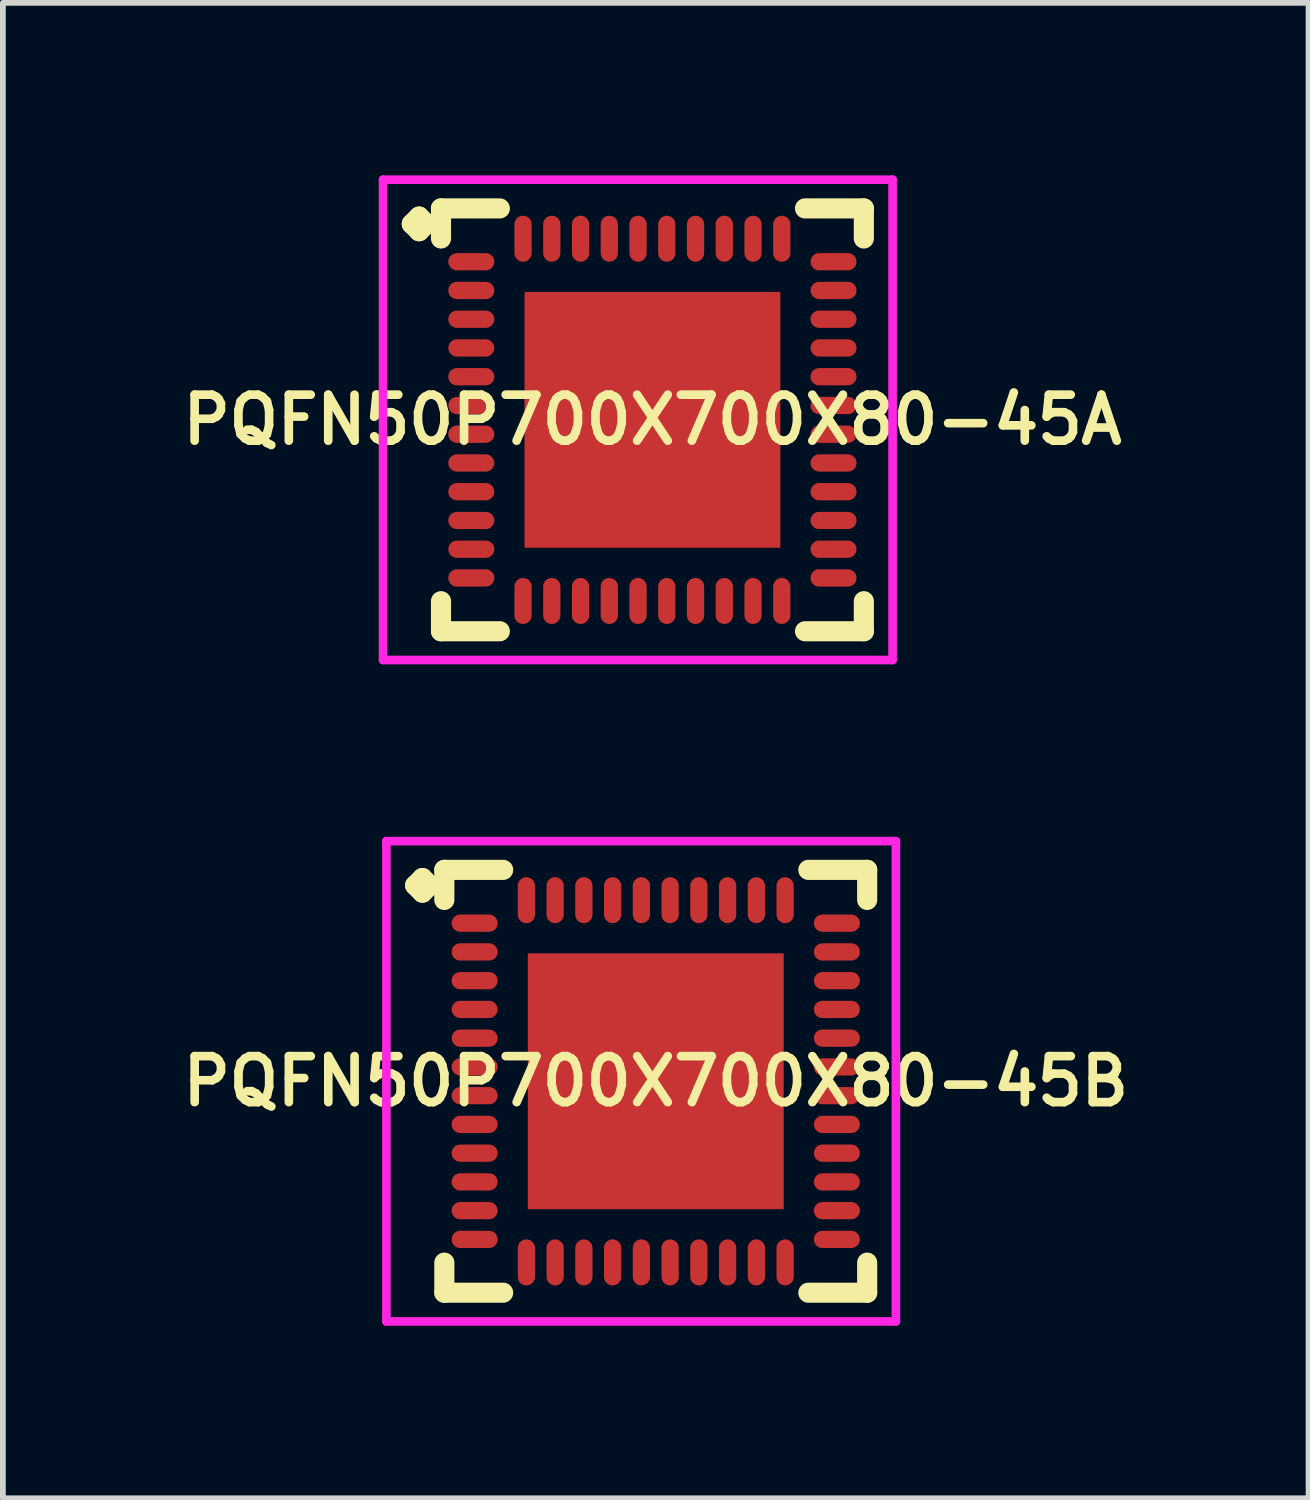
<source format=kicad_pcb>
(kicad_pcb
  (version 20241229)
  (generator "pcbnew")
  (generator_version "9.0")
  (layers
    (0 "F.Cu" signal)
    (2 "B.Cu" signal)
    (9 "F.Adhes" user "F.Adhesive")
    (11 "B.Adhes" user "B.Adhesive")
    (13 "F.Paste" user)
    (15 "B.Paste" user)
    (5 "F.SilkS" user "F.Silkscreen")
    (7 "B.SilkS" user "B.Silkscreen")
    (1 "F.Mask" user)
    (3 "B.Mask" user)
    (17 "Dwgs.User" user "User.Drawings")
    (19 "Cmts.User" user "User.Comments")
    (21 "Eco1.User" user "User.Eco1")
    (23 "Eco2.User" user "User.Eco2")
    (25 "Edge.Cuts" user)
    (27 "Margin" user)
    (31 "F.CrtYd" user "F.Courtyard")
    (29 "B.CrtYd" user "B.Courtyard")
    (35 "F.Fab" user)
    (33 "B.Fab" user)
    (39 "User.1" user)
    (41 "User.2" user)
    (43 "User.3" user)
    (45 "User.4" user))
  (footprint "PQFN50P700X700X80-45A"
    (layer "F.Cu")
    (at 8.297 4.252)
    (property "Reference" "PQFN50P700X700X80-45A" (at 0 0 0) (layer "F.SilkS") (effects (font (size 0.8 0.8) (thickness 0.15))))
    (attr smd)
    (fp_line (start -4.185 -3.408) (end -4.058 -3.535) (stroke (width 0.35) (type solid)) (layer "F.SilkS"))
    (fp_line (start -4.058 -3.535) (end -3.931 -3.408) (stroke (width 0.35) (type solid)) (layer "F.SilkS"))
    (fp_line (start -4.058 -3.281) (end -4.185 -3.408) (stroke (width 0.35) (type solid)) (layer "F.SilkS"))
    (fp_line (start -3.931 -3.408) (end -4.058 -3.281) (stroke (width 0.35) (type solid)) (layer "F.SilkS"))
    (fp_line (start -3.677 -3.677) (end -2.654 -3.677) (stroke (width 0.35) (type solid)) (layer "F.SilkS"))
    (fp_line (start -3.677 -3.154) (end -3.677 -3.677) (stroke (width 0.35) (type solid)) (layer "F.SilkS"))
    (fp_line (start -3.677 3.154) (end -3.677 3.677) (stroke (width 0.35) (type solid)) (layer "F.SilkS"))
    (fp_line (start -3.677 3.677) (end -2.654 3.677) (stroke (width 0.35) (type solid)) (layer "F.SilkS"))
    (fp_line (start 2.654 -3.677) (end 3.677 -3.677) (stroke (width 0.35) (type solid)) (layer "F.SilkS"))
    (fp_line (start 2.654 3.677) (end 3.677 3.677) (stroke (width 0.35) (type solid)) (layer "F.SilkS"))
    (fp_line (start 3.677 -3.677) (end 3.677 -3.154) (stroke (width 0.35) (type solid)) (layer "F.SilkS"))
    (fp_line (start 3.677 3.677) (end 3.677 3.154) (stroke (width 0.35) (type solid)) (layer "F.SilkS"))
    (fp_line (start -4.685 -4.177) (end 4.177 -4.177) (stroke (width 0.15) (type solid)) (layer "F.CrtYd"))
    (fp_line (start -4.685 4.177) (end -4.685 -4.177) (stroke (width 0.15) (type solid)) (layer "F.CrtYd"))
    (fp_line (start 4.177 -4.177) (end 4.177 4.177) (stroke (width 0.15) (type solid)) (layer "F.CrtYd"))
    (fp_line (start 4.177 4.177) (end -4.685 4.177) (stroke (width 0.15) (type solid)) (layer "F.CrtYd"))
    (pad "1" smd oval (at -3.15 -2.75) (size 0.8 0.3) (layers "F.Cu" "F.Mask" "F.Paste"))
    (pad "2" smd oval (at -3.15 -2.25) (size 0.8 0.3) (layers "F.Cu" "F.Mask" "F.Paste"))
    (pad "3" smd oval (at -3.15 -1.75) (size 0.8 0.3) (layers "F.Cu" "F.Mask" "F.Paste"))
    (pad "4" smd oval (at -3.15 -1.25) (size 0.8 0.3) (layers "F.Cu" "F.Mask" "F.Paste"))
    (pad "5" smd oval (at -3.15 -0.75) (size 0.8 0.3) (layers "F.Cu" "F.Mask" "F.Paste"))
    (pad "6" smd oval (at -3.15 -0.25) (size 0.8 0.3) (layers "F.Cu" "F.Mask" "F.Paste"))
    (pad "7" smd oval (at -3.15 0.25) (size 0.8 0.3) (layers "F.Cu" "F.Mask" "F.Paste"))
    (pad "8" smd oval (at -3.15 0.75) (size 0.8 0.3) (layers "F.Cu" "F.Mask" "F.Paste"))
    (pad "9" smd oval (at -3.15 1.25) (size 0.8 0.3) (layers "F.Cu" "F.Mask" "F.Paste"))
    (pad "10" smd oval (at -3.15 1.75) (size 0.8 0.3) (layers "F.Cu" "F.Mask" "F.Paste"))
    (pad "11" smd oval (at -3.15 2.25) (size 0.8 0.3) (layers "F.Cu" "F.Mask" "F.Paste"))
    (pad "12" smd oval (at -3.15 2.75) (size 0.8 0.3) (layers "F.Cu" "F.Mask" "F.Paste"))
    (pad "13" smd oval (at -2.25 3.15) (size 0.3 0.8) (layers "F.Cu" "F.Mask" "F.Paste"))
    (pad "14" smd oval (at -1.75 3.15) (size 0.3 0.8) (layers "F.Cu" "F.Mask" "F.Paste"))
    (pad "15" smd oval (at -1.25 3.15) (size 0.3 0.8) (layers "F.Cu" "F.Mask" "F.Paste"))
    (pad "16" smd oval (at -0.75 3.15) (size 0.3 0.8) (layers "F.Cu" "F.Mask" "F.Paste"))
    (pad "17" smd oval (at -0.25 3.15) (size 0.3 0.8) (layers "F.Cu" "F.Mask" "F.Paste"))
    (pad "18" smd oval (at 0.25 3.15) (size 0.3 0.8) (layers "F.Cu" "F.Mask" "F.Paste"))
    (pad "19" smd oval (at 0.75 3.15) (size 0.3 0.8) (layers "F.Cu" "F.Mask" "F.Paste"))
    (pad "20" smd oval (at 1.25 3.15) (size 0.3 0.8) (layers "F.Cu" "F.Mask" "F.Paste"))
    (pad "21" smd oval (at 1.75 3.15) (size 0.3 0.8) (layers "F.Cu" "F.Mask" "F.Paste"))
    (pad "22" smd oval (at 2.25 3.15) (size 0.3 0.8) (layers "F.Cu" "F.Mask" "F.Paste"))
    (pad "23" smd oval (at 3.15 2.75) (size 0.8 0.3) (layers "F.Cu" "F.Mask" "F.Paste"))
    (pad "24" smd oval (at 3.15 2.25) (size 0.8 0.3) (layers "F.Cu" "F.Mask" "F.Paste"))
    (pad "25" smd oval (at 3.15 1.75) (size 0.8 0.3) (layers "F.Cu" "F.Mask" "F.Paste"))
    (pad "26" smd oval (at 3.15 1.25) (size 0.8 0.3) (layers "F.Cu" "F.Mask" "F.Paste"))
    (pad "27" smd oval (at 3.15 0.75) (size 0.8 0.3) (layers "F.Cu" "F.Mask" "F.Paste"))
    (pad "28" smd oval (at 3.15 0.25) (size 0.8 0.3) (layers "F.Cu" "F.Mask" "F.Paste"))
    (pad "29" smd oval (at 3.15 -0.25) (size 0.8 0.3) (layers "F.Cu" "F.Mask" "F.Paste"))
    (pad "30" smd oval (at 3.15 -0.75) (size 0.8 0.3) (layers "F.Cu" "F.Mask" "F.Paste"))
    (pad "31" smd oval (at 3.15 -1.25) (size 0.8 0.3) (layers "F.Cu" "F.Mask" "F.Paste"))
    (pad "32" smd oval (at 3.15 -1.75) (size 0.8 0.3) (layers "F.Cu" "F.Mask" "F.Paste"))
    (pad "33" smd oval (at 3.15 -2.25) (size 0.8 0.3) (layers "F.Cu" "F.Mask" "F.Paste"))
    (pad "34" smd oval (at 3.15 -2.75) (size 0.8 0.3) (layers "F.Cu" "F.Mask" "F.Paste"))
    (pad "35" smd oval (at 2.25 -3.15) (size 0.3 0.8) (layers "F.Cu" "F.Mask" "F.Paste"))
    (pad "36" smd oval (at 1.75 -3.15) (size 0.3 0.8) (layers "F.Cu" "F.Mask" "F.Paste"))
    (pad "37" smd oval (at 1.25 -3.15) (size 0.3 0.8) (layers "F.Cu" "F.Mask" "F.Paste"))
    (pad "38" smd oval (at 0.75 -3.15) (size 0.3 0.8) (layers "F.Cu" "F.Mask" "F.Paste"))
    (pad "39" smd oval (at 0.25 -3.15) (size 0.3 0.8) (layers "F.Cu" "F.Mask" "F.Paste"))
    (pad "40" smd oval (at -0.25 -3.15) (size 0.3 0.8) (layers "F.Cu" "F.Mask" "F.Paste"))
    (pad "41" smd oval (at -0.75 -3.15) (size 0.3 0.8) (layers "F.Cu" "F.Mask" "F.Paste"))
    (pad "42" smd oval (at -1.25 -3.15) (size 0.3 0.8) (layers "F.Cu" "F.Mask" "F.Paste"))
    (pad "43" smd oval (at -1.75 -3.15) (size 0.3 0.8) (layers "F.Cu" "F.Mask" "F.Paste"))
    (pad "44" smd oval (at -2.25 -3.15) (size 0.3 0.8) (layers "F.Cu" "F.Mask" "F.Paste"))
    (pad "45" smd rect (at 0 0) (size 4.45 4.45) (layers "F.Cu" "F.Mask" "F.Paste")))
  (footprint "PQFN50P700X700X80-45B"
    (layer "F.Cu")
    (at 8.355 15.756)
    (property "Reference" "PQFN50P700X700X80-45B" (at 0 0 0) (layer "F.SilkS") (effects (font (size 0.8 0.8) (thickness 0.15))))
    (attr smd)
    (fp_line (start -4.185 -3.408) (end -4.058 -3.535) (stroke (width 0.35) (type solid)) (layer "F.SilkS"))
    (fp_line (start -4.058 -3.535) (end -3.931 -3.408) (stroke (width 0.35) (type solid)) (layer "F.SilkS"))
    (fp_line (start -4.058 -3.281) (end -4.185 -3.408) (stroke (width 0.35) (type solid)) (layer "F.SilkS"))
    (fp_line (start -3.931 -3.408) (end -4.058 -3.281) (stroke (width 0.35) (type solid)) (layer "F.SilkS"))
    (fp_line (start -3.677 -3.677) (end -2.654 -3.677) (stroke (width 0.35) (type solid)) (layer "F.SilkS"))
    (fp_line (start -3.677 -3.154) (end -3.677 -3.677) (stroke (width 0.35) (type solid)) (layer "F.SilkS"))
    (fp_line (start -3.677 3.154) (end -3.677 3.677) (stroke (width 0.35) (type solid)) (layer "F.SilkS"))
    (fp_line (start -3.677 3.677) (end -2.654 3.677) (stroke (width 0.35) (type solid)) (layer "F.SilkS"))
    (fp_line (start 2.654 -3.677) (end 3.677 -3.677) (stroke (width 0.35) (type solid)) (layer "F.SilkS"))
    (fp_line (start 2.654 3.677) (end 3.677 3.677) (stroke (width 0.35) (type solid)) (layer "F.SilkS"))
    (fp_line (start 3.677 -3.677) (end 3.677 -3.154) (stroke (width 0.35) (type solid)) (layer "F.SilkS"))
    (fp_line (start 3.677 3.677) (end 3.677 3.154) (stroke (width 0.35) (type solid)) (layer "F.SilkS"))
    (fp_line (start -4.685 -4.177) (end 4.177 -4.177) (stroke (width 0.15) (type solid)) (layer "F.CrtYd"))
    (fp_line (start -4.685 4.177) (end -4.685 -4.177) (stroke (width 0.15) (type solid)) (layer "F.CrtYd"))
    (fp_line (start 4.177 -4.177) (end 4.177 4.177) (stroke (width 0.15) (type solid)) (layer "F.CrtYd"))
    (fp_line (start 4.177 4.177) (end -4.685 4.177) (stroke (width 0.15) (type solid)) (layer "F.CrtYd"))
    (pad "1" smd oval (at -3.15 -2.75) (size 0.8 0.3) (layers "F.Cu" "F.Mask" "F.Paste"))
    (pad "2" smd oval (at -3.15 -2.25) (size 0.8 0.3) (layers "F.Cu" "F.Mask" "F.Paste"))
    (pad "3" smd oval (at -3.15 -1.75) (size 0.8 0.3) (layers "F.Cu" "F.Mask" "F.Paste"))
    (pad "4" smd oval (at -3.15 -1.25) (size 0.8 0.3) (layers "F.Cu" "F.Mask" "F.Paste"))
    (pad "5" smd oval (at -3.15 -0.75) (size 0.8 0.3) (layers "F.Cu" "F.Mask" "F.Paste"))
    (pad "6" smd oval (at -3.15 -0.25) (size 0.8 0.3) (layers "F.Cu" "F.Mask" "F.Paste"))
    (pad "7" smd oval (at -3.15 0.25) (size 0.8 0.3) (layers "F.Cu" "F.Mask" "F.Paste"))
    (pad "8" smd oval (at -3.15 0.75) (size 0.8 0.3) (layers "F.Cu" "F.Mask" "F.Paste"))
    (pad "9" smd oval (at -3.15 1.25) (size 0.8 0.3) (layers "F.Cu" "F.Mask" "F.Paste"))
    (pad "10" smd oval (at -3.15 1.75) (size 0.8 0.3) (layers "F.Cu" "F.Mask" "F.Paste"))
    (pad "11" smd oval (at -3.15 2.25) (size 0.8 0.3) (layers "F.Cu" "F.Mask" "F.Paste"))
    (pad "12" smd oval (at -3.15 2.75) (size 0.8 0.3) (layers "F.Cu" "F.Mask" "F.Paste"))
    (pad "13" smd oval (at -2.25 3.15) (size 0.3 0.8) (layers "F.Cu" "F.Mask" "F.Paste"))
    (pad "14" smd oval (at -1.75 3.15) (size 0.3 0.8) (layers "F.Cu" "F.Mask" "F.Paste"))
    (pad "15" smd oval (at -1.25 3.15) (size 0.3 0.8) (layers "F.Cu" "F.Mask" "F.Paste"))
    (pad "16" smd oval (at -0.75 3.15) (size 0.3 0.8) (layers "F.Cu" "F.Mask" "F.Paste"))
    (pad "17" smd oval (at -0.25 3.15) (size 0.3 0.8) (layers "F.Cu" "F.Mask" "F.Paste"))
    (pad "18" smd oval (at 0.25 3.15) (size 0.3 0.8) (layers "F.Cu" "F.Mask" "F.Paste"))
    (pad "19" smd oval (at 0.75 3.15) (size 0.3 0.8) (layers "F.Cu" "F.Mask" "F.Paste"))
    (pad "20" smd oval (at 1.25 3.15) (size 0.3 0.8) (layers "F.Cu" "F.Mask" "F.Paste"))
    (pad "21" smd oval (at 1.75 3.15) (size 0.3 0.8) (layers "F.Cu" "F.Mask" "F.Paste"))
    (pad "22" smd oval (at 2.25 3.15) (size 0.3 0.8) (layers "F.Cu" "F.Mask" "F.Paste"))
    (pad "23" smd oval (at 3.15 2.75) (size 0.8 0.3) (layers "F.Cu" "F.Mask" "F.Paste"))
    (pad "24" smd oval (at 3.15 2.25) (size 0.8 0.3) (layers "F.Cu" "F.Mask" "F.Paste"))
    (pad "25" smd oval (at 3.15 1.75) (size 0.8 0.3) (layers "F.Cu" "F.Mask" "F.Paste"))
    (pad "26" smd oval (at 3.15 1.25) (size 0.8 0.3) (layers "F.Cu" "F.Mask" "F.Paste"))
    (pad "27" smd oval (at 3.15 0.75) (size 0.8 0.3) (layers "F.Cu" "F.Mask" "F.Paste"))
    (pad "28" smd oval (at 3.15 0.25) (size 0.8 0.3) (layers "F.Cu" "F.Mask" "F.Paste"))
    (pad "29" smd oval (at 3.15 -0.25) (size 0.8 0.3) (layers "F.Cu" "F.Mask" "F.Paste"))
    (pad "30" smd oval (at 3.15 -0.75) (size 0.8 0.3) (layers "F.Cu" "F.Mask" "F.Paste"))
    (pad "31" smd oval (at 3.15 -1.25) (size 0.8 0.3) (layers "F.Cu" "F.Mask" "F.Paste"))
    (pad "32" smd oval (at 3.15 -1.75) (size 0.8 0.3) (layers "F.Cu" "F.Mask" "F.Paste"))
    (pad "33" smd oval (at 3.15 -2.25) (size 0.8 0.3) (layers "F.Cu" "F.Mask" "F.Paste"))
    (pad "34" smd oval (at 3.15 -2.75) (size 0.8 0.3) (layers "F.Cu" "F.Mask" "F.Paste"))
    (pad "35" smd oval (at 2.25 -3.15) (size 0.3 0.8) (layers "F.Cu" "F.Mask" "F.Paste"))
    (pad "36" smd oval (at 1.75 -3.15) (size 0.3 0.8) (layers "F.Cu" "F.Mask" "F.Paste"))
    (pad "37" smd oval (at 1.25 -3.15) (size 0.3 0.8) (layers "F.Cu" "F.Mask" "F.Paste"))
    (pad "38" smd oval (at 0.75 -3.15) (size 0.3 0.8) (layers "F.Cu" "F.Mask" "F.Paste"))
    (pad "39" smd oval (at 0.25 -3.15) (size 0.3 0.8) (layers "F.Cu" "F.Mask" "F.Paste"))
    (pad "40" smd oval (at -0.25 -3.15) (size 0.3 0.8) (layers "F.Cu" "F.Mask" "F.Paste"))
    (pad "41" smd oval (at -0.75 -3.15) (size 0.3 0.8) (layers "F.Cu" "F.Mask" "F.Paste"))
    (pad "42" smd oval (at -1.25 -3.15) (size 0.3 0.8) (layers "F.Cu" "F.Mask" "F.Paste"))
    (pad "43" smd oval (at -1.75 -3.15) (size 0.3 0.8) (layers "F.Cu" "F.Mask" "F.Paste"))
    (pad "44" smd oval (at -2.25 -3.15) (size 0.3 0.8) (layers "F.Cu" "F.Mask" "F.Paste"))
    (pad "45" smd rect (at 0 0) (size 4.45 4.45) (layers "F.Cu" "F.Mask" "F.Paste")))
  (gr_rect
    (start -3 -3)
    (end 19.709 23.008)
    (stroke (width 0.1) (type default))
    (fill no)
    (layer "Edge.Cuts")))
</source>
